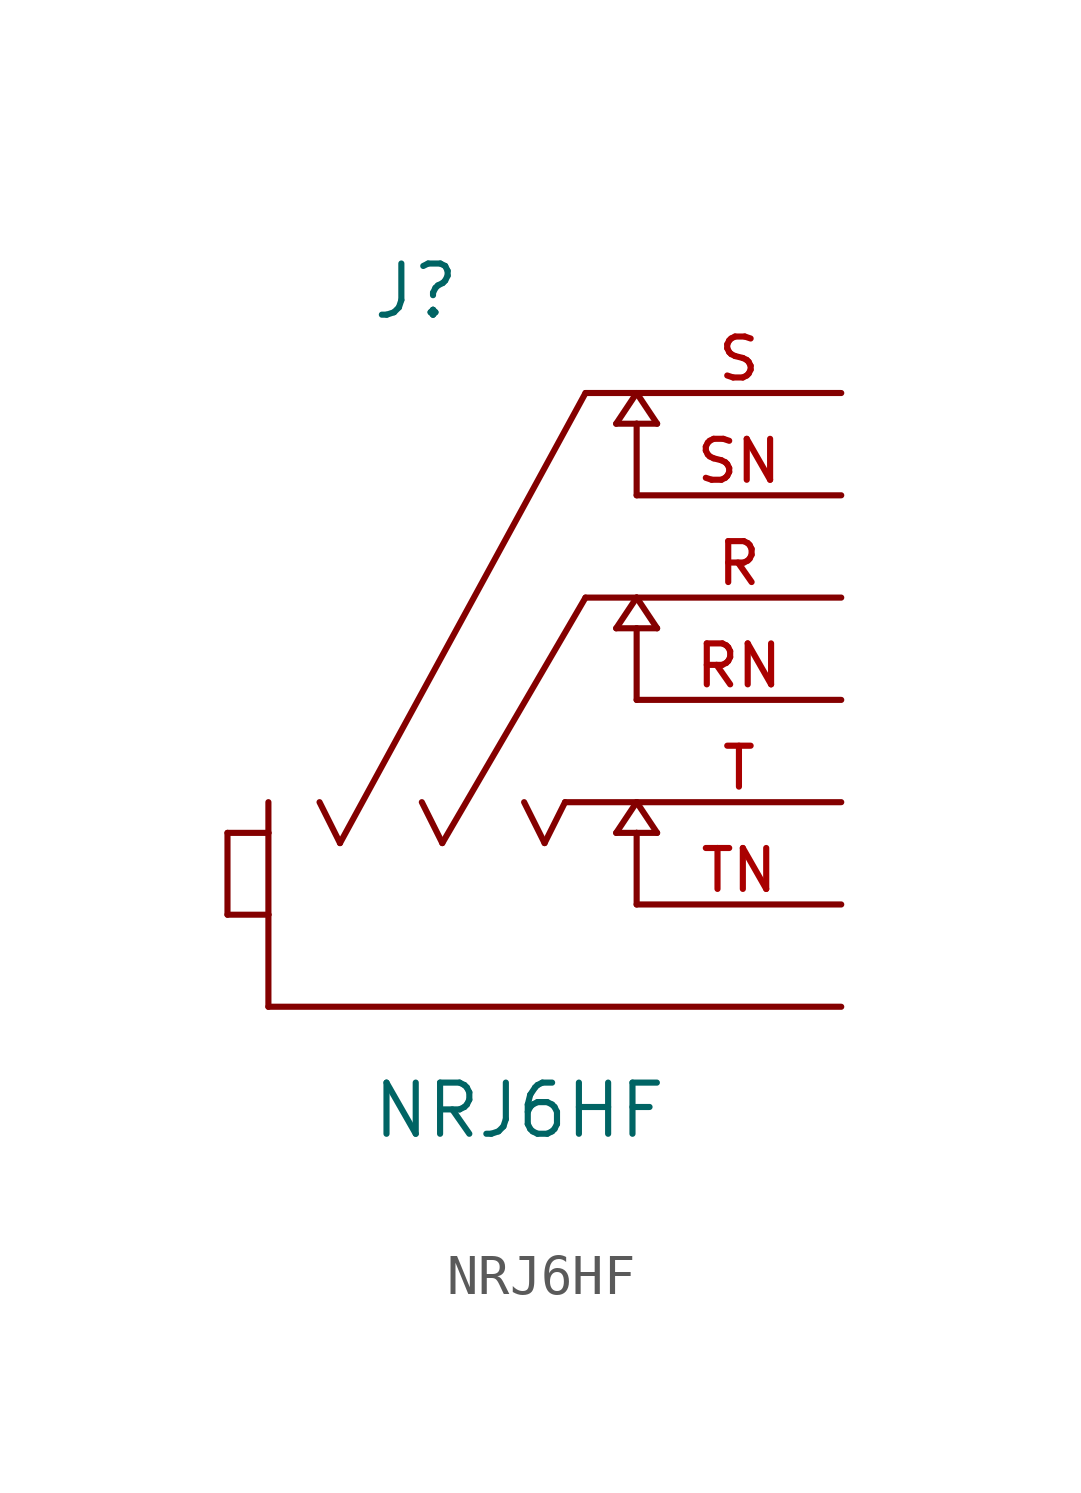
<source format=kicad_sym>
(kicad_symbol_lib
  (version 20211014)
  (generator kicad_symbol_editor)
  (symbol "NRJ6HF"
    (pin_names
      (offset 1.016))
    (property "Reference" "J"
      (at -4.068 9.402 0)
      (effects (font (size 1.27 1.27)) (justify bottom left)))
    (property "Value" "NRJ6HF"
      (at -4.074 -10.937 0)
      (effects (font (size 1.27 1.27)) (justify bottom left)))
    (symbol "NRJ6HF_0_0"
      (polyline (pts (xy 7.62 -7.62) (xy -6.604 -7.62)) (stroke (width 0.152)))
      (polyline (pts (xy 3.048 -3.302) (xy 2.54 -2.54)) (stroke (width 0.152)))
      (polyline (pts (xy 2.54 -2.54) (xy 2.032 -3.302)) (stroke (width 0.152)))
      (polyline (pts (xy 2.032 -3.302) (xy 2.54 -3.302)) (stroke (width 0.152)))
      (polyline (pts (xy 2.54 -3.302) (xy 3.048 -3.302)) (stroke (width 0.152)))
      (polyline (pts (xy 2.54 -3.302) (xy 2.54 -5.08)) (stroke (width 0.152)))
      (polyline (pts (xy 2.54 7.62) (xy 1.27 7.62)) (stroke (width 0.152)))
      (polyline (pts (xy 3.048 6.858) (xy 2.54 7.62)) (stroke (width 0.152)))
      (polyline (pts (xy 2.54 7.62) (xy 2.032 6.858)) (stroke (width 0.152)))
      (polyline (pts (xy 2.032 6.858) (xy 2.54 6.858)) (stroke (width 0.152)))
      (polyline (pts (xy 2.54 6.858) (xy 3.048 6.858)) (stroke (width 0.152)))
      (polyline (pts (xy 2.54 6.858) (xy 2.54 5.08)) (stroke (width 0.152)))
      (polyline (pts (xy 1.27 7.62) (xy -4.826 -3.556)) (stroke (width 0.152)))
      (polyline (pts (xy -4.826 -3.556) (xy -5.334 -2.54)) (stroke (width 0.152)))
      (polyline (pts (xy -6.604 -7.62) (xy -6.604 -5.334)) (stroke (width 0.152)))
      (polyline (pts (xy -6.604 -5.334) (xy -6.604 -3.302)) (stroke (width 0.152)))
      (polyline (pts (xy -6.604 -2.54) (xy -6.604 -3.302)) (stroke (width 0.152)))
      (polyline (pts (xy -6.604 -3.302) (xy -7.62 -3.302)) (stroke (width 0.152)))
      (polyline (pts (xy -7.62 -3.302) (xy -7.62 -5.334)) (stroke (width 0.152)))
      (polyline (pts (xy -7.62 -5.334) (xy -6.604 -5.334)) (stroke (width 0.152)))
      (polyline (pts (xy 3.048 1.778) (xy 2.54 2.54)) (stroke (width 0.152)))
      (polyline (pts (xy 2.54 2.54) (xy 2.032 1.778)) (stroke (width 0.152)))
      (polyline (pts (xy 2.032 1.778) (xy 2.54 1.778)) (stroke (width 0.152)))
      (polyline (pts (xy 2.54 1.778) (xy 3.048 1.778)) (stroke (width 0.152)))
      (polyline (pts (xy 2.54 1.778) (xy 2.54 0.0)) (stroke (width 0.152)))
      (polyline (pts (xy 0.762 -2.54) (xy 0.254 -3.556)) (stroke (width 0.152)))
      (polyline (pts (xy 0.254 -3.556) (xy -0.254 -2.54)) (stroke (width 0.152)))
      (polyline (pts (xy 1.27 2.54) (xy -2.286 -3.556)) (stroke (width 0.152)))
      (polyline (pts (xy -2.286 -3.556) (xy -2.794 -2.54)) (stroke (width 0.152)))
      (polyline (pts (xy 2.54 2.54) (xy 1.27 2.54)) (stroke (width 0.152)))
      (polyline (pts (xy 2.54 -2.54) (xy 0.762 -2.54)) (stroke (width 0.152)))
      (pin passive line (at 7.62 7.62 180.0) (length 5.08) (name "~" (effects (font (size 1.016 1.016)))) (number "S" (effects (font (size 1.016 1.016)))))
      (pin passive line (at 7.62 5.08 180.0) (length 5.08) (name "~" (effects (font (size 1.016 1.016)))) (number "SN" (effects (font (size 1.016 1.016)))))
      (pin passive line (at 7.62 -2.54 180.0) (length 5.08) (name "~" (effects (font (size 1.016 1.016)))) (number "T" (effects (font (size 1.016 1.016)))))
      (pin passive line (at 7.62 -5.08 180.0) (length 5.08) (name "~" (effects (font (size 1.016 1.016)))) (number "TN" (effects (font (size 1.016 1.016)))))
      (pin passive line (at 7.62 2.54 180.0) (length 5.08) (name "~" (effects (font (size 1.016 1.016)))) (number "R" (effects (font (size 1.016 1.016)))))
      (pin passive line (at 7.62 0.0 180.0) (length 5.08) (name "~" (effects (font (size 1.016 1.016)))) (number "RN" (effects (font (size 1.016 1.016))))))))
</source>
